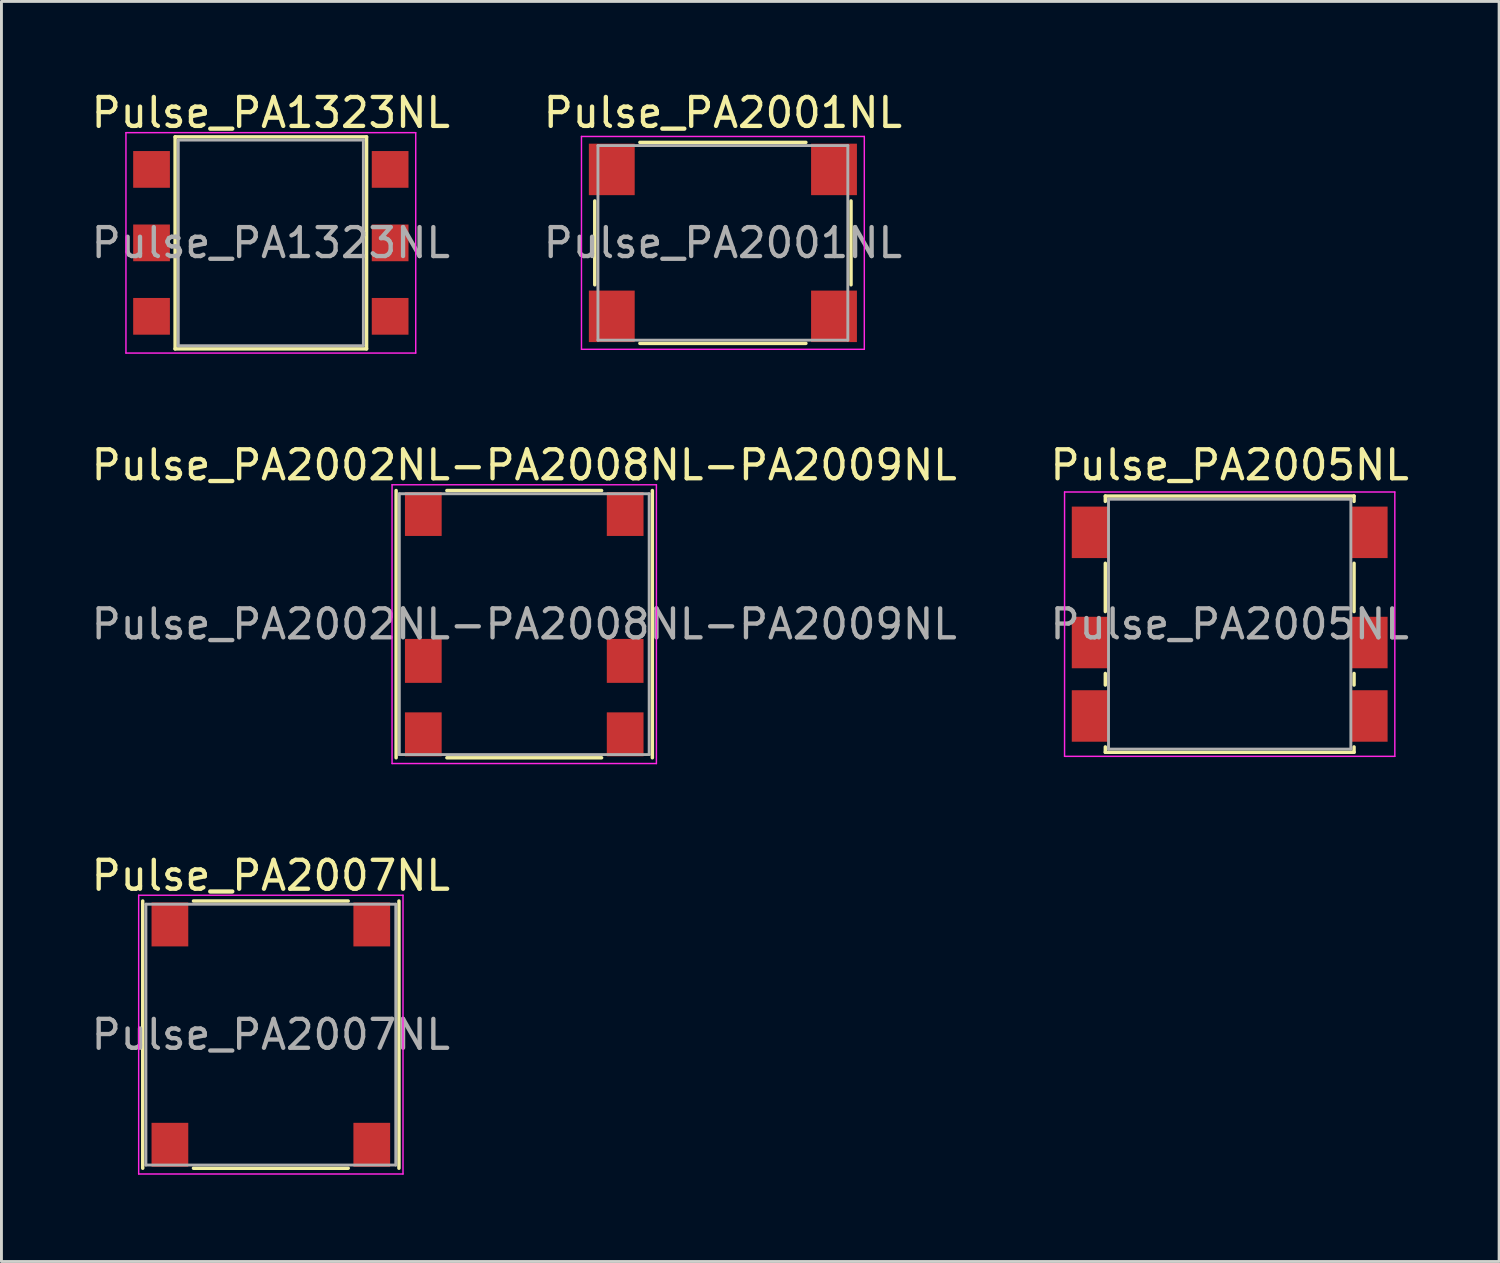
<source format=kicad_pcb>
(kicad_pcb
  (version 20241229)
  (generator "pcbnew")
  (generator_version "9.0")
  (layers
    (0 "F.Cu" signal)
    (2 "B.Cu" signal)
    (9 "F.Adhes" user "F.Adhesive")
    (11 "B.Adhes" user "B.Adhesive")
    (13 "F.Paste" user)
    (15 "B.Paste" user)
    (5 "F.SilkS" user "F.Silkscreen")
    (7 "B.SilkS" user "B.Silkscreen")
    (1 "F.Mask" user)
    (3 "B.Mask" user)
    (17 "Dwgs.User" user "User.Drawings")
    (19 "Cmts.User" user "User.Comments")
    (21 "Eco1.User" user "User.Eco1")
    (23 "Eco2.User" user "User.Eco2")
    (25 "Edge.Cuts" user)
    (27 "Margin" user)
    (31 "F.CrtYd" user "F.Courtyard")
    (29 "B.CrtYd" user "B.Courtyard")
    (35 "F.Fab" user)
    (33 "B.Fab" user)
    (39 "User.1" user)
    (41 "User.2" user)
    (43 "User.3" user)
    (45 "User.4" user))
  (footprint "Pulse_PA1323NL"
    (layer "F.Cu")
    (at 6.315 5.348)
    (property "Reference" "Pulse_PA1323NL" (at 0 -4.5 0) (layer "F.SilkS") (effects (font (size 1 1) (thickness 0.15))))
    (attr smd)
    (fp_line (start -3.31 -3.665) (end -3.31 3.665) (stroke (width 0.12) (type solid)) (layer "F.SilkS"))
    (fp_line (start -3.31 -3.665) (end 3.31 -3.665) (stroke (width 0.12) (type solid)) (layer "F.SilkS"))
    (fp_line (start -3.31 3.665) (end 3.31 3.665) (stroke (width 0.12) (type solid)) (layer "F.SilkS"))
    (fp_line (start 3.31 3.665) (end 3.31 -3.665) (stroke (width 0.12) (type solid)) (layer "F.SilkS"))
    (fp_line (start -5.01 -3.81) (end 5.01 -3.81) (stroke (width 0.05) (type solid)) (layer "F.CrtYd"))
    (fp_line (start -5.01 3.81) (end -5.01 -3.81) (stroke (width 0.05) (type solid)) (layer "F.CrtYd"))
    (fp_line (start 5.01 -3.81) (end 5.01 3.81) (stroke (width 0.05) (type solid)) (layer "F.CrtYd"))
    (fp_line (start 5.01 3.81) (end -5.01 3.81) (stroke (width 0.05) (type solid)) (layer "F.CrtYd"))
    (fp_line (start -3.2 -3.555) (end 3.2 -3.555) (stroke (width 0.1) (type solid)) (layer "F.Fab"))
    (fp_line (start -3.2 3.555) (end -3.2 -3.555) (stroke (width 0.1) (type solid)) (layer "F.Fab"))
    (fp_line (start 3.2 -3.555) (end 3.2 3.555) (stroke (width 0.1) (type solid)) (layer "F.Fab"))
    (fp_line (start 3.2 3.555) (end -3.2 3.555) (stroke (width 0.1) (type solid)) (layer "F.Fab"))
    (fp_text user "${REFERENCE}" (at 0 0 0) (layer "F.Fab") (effects (font (size 1 1) (thickness 0.15))))
    (pad "1" smd rect (at -4.125 -2.54) (size 1.27 1.27) (layers "F.Cu" "F.Mask" "F.Paste"))
    (pad "2" smd rect (at -4.125 0) (size 1.27 1.27) (layers "F.Cu" "F.Mask" "F.Paste"))
    (pad "3" smd rect (at -4.125 2.54) (size 1.27 1.27) (layers "F.Cu" "F.Mask" "F.Paste"))
    (pad "4" smd rect (at 4.125 2.54) (size 1.27 1.27) (layers "F.Cu" "F.Mask" "F.Paste"))
    (pad "5" smd rect (at 4.125 0) (size 1.27 1.27) (layers "F.Cu" "F.Mask" "F.Paste"))
    (pad "6" smd rect (at 4.125 -2.54) (size 1.27 1.27) (layers "F.Cu" "F.Mask" "F.Paste")))
  (footprint "Pulse_PA2007NL"
    (layer "F.Cu")
    (at 6.315 32.725)
    (property "Reference" "Pulse_PA2007NL" (at 0 -5.5 0) (layer "F.SilkS") (effects (font (size 1 1) (thickness 0.15))))
    (attr smd)
    (fp_line (start -4.43 -4.62) (end -4.43 4.62) (stroke (width 0.12) (type solid)) (layer "F.SilkS"))
    (fp_line (start -2.675 -4.62) (end 2.675 -4.62) (stroke (width 0.12) (type solid)) (layer "F.SilkS"))
    (fp_line (start -2.675 4.62) (end 2.675 4.62) (stroke (width 0.12) (type solid)) (layer "F.SilkS"))
    (fp_line (start 4.43 4.62) (end 4.43 -4.62) (stroke (width 0.12) (type solid)) (layer "F.SilkS"))
    (fp_line (start -4.57 -4.82) (end 4.57 -4.82) (stroke (width 0.05) (type solid)) (layer "F.CrtYd"))
    (fp_line (start -4.57 4.82) (end -4.57 -4.82) (stroke (width 0.05) (type solid)) (layer "F.CrtYd"))
    (fp_line (start 4.57 -4.82) (end 4.57 4.82) (stroke (width 0.05) (type solid)) (layer "F.CrtYd"))
    (fp_line (start 4.57 4.82) (end -4.57 4.82) (stroke (width 0.05) (type solid)) (layer "F.CrtYd"))
    (fp_line (start -4.32 -4.51) (end 4.32 -4.51) (stroke (width 0.1) (type solid)) (layer "F.Fab"))
    (fp_line (start -4.32 4.51) (end -4.32 -4.51) (stroke (width 0.1) (type solid)) (layer "F.Fab"))
    (fp_line (start 4.32 -4.51) (end 4.32 4.51) (stroke (width 0.1) (type solid)) (layer "F.Fab"))
    (fp_line (start 4.32 4.51) (end -4.32 4.51) (stroke (width 0.1) (type solid)) (layer "F.Fab"))
    (fp_text user "${REFERENCE}" (at 0 0 0) (layer "F.Fab") (effects (font (size 1 1) (thickness 0.15))))
    (pad "1" smd rect (at -3.49 -3.81) (size 1.27 1.52) (layers "F.Cu" "F.Mask" "F.Paste"))
    (pad "4" smd rect (at -3.49 3.81) (size 1.27 1.52) (layers "F.Cu" "F.Mask" "F.Paste"))
    (pad "5" smd rect (at 3.49 3.81) (size 1.27 1.52) (layers "F.Cu" "F.Mask" "F.Paste"))
    (pad "8" smd rect (at 3.49 -3.81) (size 1.27 1.52) (layers "F.Cu" "F.Mask" "F.Paste")))
  (footprint "Pulse_PA2001NL"
    (layer "F.Cu")
    (at 21.946 5.348)
    (property "Reference" "Pulse_PA2001NL" (at 0 -4.5 0) (layer "F.SilkS") (effects (font (size 1 1) (thickness 0.15))))
    (attr smd)
    (fp_line (start -4.43 1.45) (end -4.43 -1.45) (stroke (width 0.12) (type solid)) (layer "F.SilkS"))
    (fp_line (start -2.87 -3.475) (end 2.87 -3.475) (stroke (width 0.12) (type solid)) (layer "F.SilkS"))
    (fp_line (start -2.87 3.475) (end 2.87 3.475) (stroke (width 0.12) (type solid)) (layer "F.SilkS"))
    (fp_line (start 4.43 1.45) (end 4.43 -1.45) (stroke (width 0.12) (type solid)) (layer "F.SilkS"))
    (fp_line (start -4.89 -3.68) (end 4.89 -3.68) (stroke (width 0.05) (type solid)) (layer "F.CrtYd"))
    (fp_line (start -4.89 3.68) (end -4.89 -3.68) (stroke (width 0.05) (type solid)) (layer "F.CrtYd"))
    (fp_line (start 4.89 -3.68) (end 4.89 3.68) (stroke (width 0.05) (type solid)) (layer "F.CrtYd"))
    (fp_line (start 4.89 3.68) (end -4.89 3.68) (stroke (width 0.05) (type solid)) (layer "F.CrtYd"))
    (fp_line (start -4.32 -3.365) (end 4.32 -3.365) (stroke (width 0.1) (type solid)) (layer "F.Fab"))
    (fp_line (start -4.32 3.365) (end -4.32 -3.365) (stroke (width 0.1) (type solid)) (layer "F.Fab"))
    (fp_line (start 4.32 -3.365) (end 4.32 3.365) (stroke (width 0.1) (type solid)) (layer "F.Fab"))
    (fp_line (start 4.32 3.365) (end -4.32 3.365) (stroke (width 0.1) (type solid)) (layer "F.Fab"))
    (fp_text user "${REFERENCE}" (at 0 0 0) (layer "F.Fab") (effects (font (size 1 1) (thickness 0.15))))
    (pad "1" smd rect (at -3.842 -2.54) (size 1.585 1.78) (layers "F.Cu" "F.Mask" "F.Paste"))
    (pad "3" smd rect (at -3.842 2.54) (size 1.585 1.78) (layers "F.Cu" "F.Mask" "F.Paste"))
    (pad "4" smd rect (at 3.842 2.54) (size 1.585 1.78) (layers "F.Cu" "F.Mask" "F.Paste"))
    (pad "6" smd rect (at 3.842 -2.54) (size 1.585 1.78) (layers "F.Cu" "F.Mask" "F.Paste")))
  (footprint "Pulse_PA2002NL-PA2008NL-PA2009NL"
    (layer "F.Cu")
    (at 15.077 18.532)
    (property "Reference" "Pulse_PA2002NL-PA2008NL-PA2009NL" (at 0 -5.5 0) (layer "F.SilkS") (effects (font (size 1 1) (thickness 0.15))))
    (attr smd)
    (fp_line (start -4.43 -4.62) (end -4.43 4.62) (stroke (width 0.12) (type solid)) (layer "F.SilkS"))
    (fp_line (start -2.675 -4.62) (end 2.675 -4.62) (stroke (width 0.12) (type solid)) (layer "F.SilkS"))
    (fp_line (start -2.675 4.62) (end 2.675 4.62) (stroke (width 0.12) (type solid)) (layer "F.SilkS"))
    (fp_line (start 4.43 4.62) (end 4.43 -4.62) (stroke (width 0.12) (type solid)) (layer "F.SilkS"))
    (fp_line (start -4.57 -4.82) (end 4.57 -4.82) (stroke (width 0.05) (type solid)) (layer "F.CrtYd"))
    (fp_line (start -4.57 4.82) (end -4.57 -4.82) (stroke (width 0.05) (type solid)) (layer "F.CrtYd"))
    (fp_line (start 4.57 -4.82) (end 4.57 4.82) (stroke (width 0.05) (type solid)) (layer "F.CrtYd"))
    (fp_line (start 4.57 4.82) (end -4.57 4.82) (stroke (width 0.05) (type solid)) (layer "F.CrtYd"))
    (fp_line (start -4.32 -4.51) (end 4.32 -4.51) (stroke (width 0.1) (type solid)) (layer "F.Fab"))
    (fp_line (start -4.32 4.51) (end -4.32 -4.51) (stroke (width 0.1) (type solid)) (layer "F.Fab"))
    (fp_line (start 4.32 -4.51) (end 4.32 4.51) (stroke (width 0.1) (type solid)) (layer "F.Fab"))
    (fp_line (start 4.32 4.51) (end -4.32 4.51) (stroke (width 0.1) (type solid)) (layer "F.Fab"))
    (fp_text user "${REFERENCE}" (at 0 0 0) (layer "F.Fab") (effects (font (size 1 1) (thickness 0.15))))
    (pad "1" smd rect (at -3.49 -3.81) (size 1.27 1.52) (layers "F.Cu" "F.Mask" "F.Paste"))
    (pad "3" smd rect (at -3.49 1.27) (size 1.27 1.52) (layers "F.Cu" "F.Mask" "F.Paste"))
    (pad "4" smd rect (at -3.49 3.81) (size 1.27 1.52) (layers "F.Cu" "F.Mask" "F.Paste"))
    (pad "5" smd rect (at 3.49 3.81) (size 1.27 1.52) (layers "F.Cu" "F.Mask" "F.Paste"))
    (pad "6" smd rect (at 3.49 1.27) (size 1.27 1.52) (layers "F.Cu" "F.Mask" "F.Paste"))
    (pad "8" smd rect (at 3.49 -3.81) (size 1.27 1.52) (layers "F.Cu" "F.Mask" "F.Paste")))
  (footprint "Pulse_PA2005NL"
    (layer "F.Cu")
    (at 39.47 18.532)
    (property "Reference" "Pulse_PA2005NL" (at 0 -5.5 0) (layer "F.SilkS") (effects (font (size 1 1) (thickness 0.15))))
    (attr smd)
    (fp_line (start -4.3 -4.43) (end -4.3 -4.245) (stroke (width 0.12) (type solid)) (layer "F.SilkS"))
    (fp_line (start -4.3 -4.43) (end 4.3 -4.43) (stroke (width 0.12) (type solid)) (layer "F.SilkS"))
    (fp_line (start -4.3 -0.435) (end -4.3 -2.105) (stroke (width 0.12) (type solid)) (layer "F.SilkS"))
    (fp_line (start -4.3 1.705) (end -4.3 2.105) (stroke (width 0.12) (type solid)) (layer "F.SilkS"))
    (fp_line (start -4.3 4.43) (end -4.3 4.245) (stroke (width 0.12) (type solid)) (layer "F.SilkS"))
    (fp_line (start -4.3 4.43) (end 4.3 4.43) (stroke (width 0.12) (type solid)) (layer "F.SilkS"))
    (fp_line (start 4.3 -4.43) (end 4.3 -4.245) (stroke (width 0.12) (type solid)) (layer "F.SilkS"))
    (fp_line (start 4.3 -2.105) (end 4.3 -0.435) (stroke (width 0.12) (type solid)) (layer "F.SilkS"))
    (fp_line (start 4.3 2.105) (end 4.3 1.705) (stroke (width 0.12) (type solid)) (layer "F.SilkS"))
    (fp_line (start 4.3 4.43) (end 4.3 4.245) (stroke (width 0.12) (type solid)) (layer "F.SilkS"))
    (fp_line (start -5.71 -4.57) (end 5.71 -4.57) (stroke (width 0.05) (type solid)) (layer "F.CrtYd"))
    (fp_line (start -5.71 4.57) (end -5.71 -4.57) (stroke (width 0.05) (type solid)) (layer "F.CrtYd"))
    (fp_line (start 5.71 -4.57) (end 5.71 4.57) (stroke (width 0.05) (type solid)) (layer "F.CrtYd"))
    (fp_line (start 5.71 4.57) (end -5.71 4.57) (stroke (width 0.05) (type solid)) (layer "F.CrtYd"))
    (fp_line (start -4.19 -4.32) (end 4.19 -4.32) (stroke (width 0.1) (type solid)) (layer "F.Fab"))
    (fp_line (start -4.19 4.32) (end -4.19 -4.32) (stroke (width 0.1) (type solid)) (layer "F.Fab"))
    (fp_line (start 4.19 -4.32) (end 4.19 4.32) (stroke (width 0.1) (type solid)) (layer "F.Fab"))
    (fp_line (start 4.19 4.32) (end -4.19 4.32) (stroke (width 0.1) (type solid)) (layer "F.Fab"))
    (fp_text user "${REFERENCE}" (at 0 0 0) (layer "F.Fab") (effects (font (size 1 1) (thickness 0.15))))
    (pad "1" smd rect (at -4.825 -3.175) (size 1.27 1.78) (layers "F.Cu" "F.Mask" "F.Paste"))
    (pad "2" smd rect (at -4.825 0.635) (size 1.27 1.78) (layers "F.Cu" "F.Mask" "F.Paste"))
    (pad "3" smd rect (at -4.825 3.175) (size 1.27 1.78) (layers "F.Cu" "F.Mask" "F.Paste"))
    (pad "4" smd rect (at 4.825 3.175) (size 1.27 1.78) (layers "F.Cu" "F.Mask" "F.Paste"))
    (pad "5" smd rect (at 4.825 0.635) (size 1.27 1.78) (layers "F.Cu" "F.Mask" "F.Paste"))
    (pad "6" smd rect (at 4.825 -3.175) (size 1.27 1.78) (layers "F.Cu" "F.Mask" "F.Paste")))
  (gr_rect
    (start -3 -3)
    (end 48.786 40.57)
    (stroke (width 0.1) (type default))
    (fill no)
    (layer "Edge.Cuts")))
</source>
